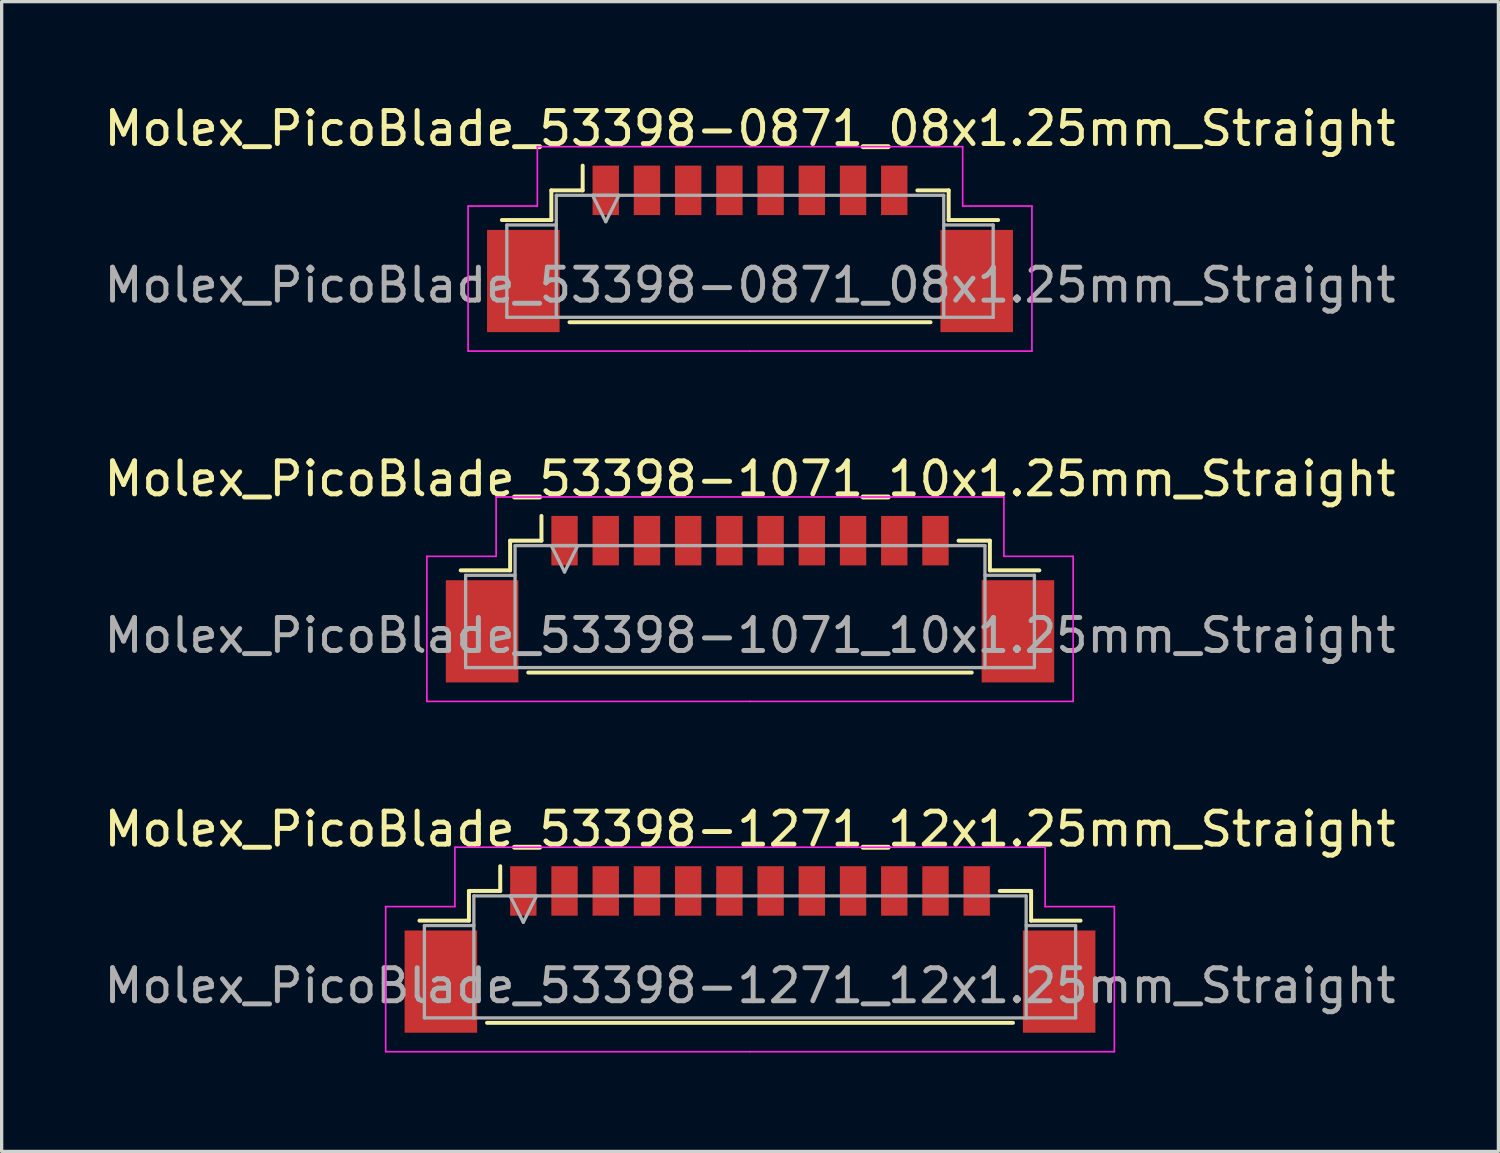
<source format=kicad_pcb>
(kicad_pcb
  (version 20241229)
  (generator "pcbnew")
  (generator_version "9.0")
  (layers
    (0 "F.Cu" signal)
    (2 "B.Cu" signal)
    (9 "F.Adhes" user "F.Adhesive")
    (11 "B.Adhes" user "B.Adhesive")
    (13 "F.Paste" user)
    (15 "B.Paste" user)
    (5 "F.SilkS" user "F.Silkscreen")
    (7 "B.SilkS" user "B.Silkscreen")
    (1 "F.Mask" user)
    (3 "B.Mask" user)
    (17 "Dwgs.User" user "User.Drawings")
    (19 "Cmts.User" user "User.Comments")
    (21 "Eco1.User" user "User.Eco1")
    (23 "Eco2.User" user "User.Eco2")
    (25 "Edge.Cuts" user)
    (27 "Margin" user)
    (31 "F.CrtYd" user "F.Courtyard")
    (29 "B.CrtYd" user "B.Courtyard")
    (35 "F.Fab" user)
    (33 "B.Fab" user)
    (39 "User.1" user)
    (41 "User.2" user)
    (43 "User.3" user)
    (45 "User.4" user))
  (footprint "Molex_PicoBlade_53398-1071_10x1.25mm_Straight"
    (layer "F.Cu")
    (at 19.696 14.722)
    (property "Reference" "Molex_PicoBlade_53398-1071_10x1.25mm_Straight" (at 0 -3.25 0) (layer "F.SilkS") (effects (font (size 1 1) (thickness 0.15))))
    (attr smd)
    (fp_line (start -7.275 -1.375) (end -7.275 -0.475) (stroke (width 0.12) (type solid)) (layer "F.SilkS"))
    (fp_line (start -7.275 -0.475) (end -8.775 -0.475) (stroke (width 0.12) (type solid)) (layer "F.SilkS"))
    (fp_line (start -6.725 2.625) (end 6.725 2.625) (stroke (width 0.12) (type solid)) (layer "F.SilkS"))
    (fp_line (start -6.325 -1.375) (end -7.275 -1.375) (stroke (width 0.12) (type solid)) (layer "F.SilkS"))
    (fp_line (start -6.325 -1.375) (end -6.325 -2.125) (stroke (width 0.12) (type solid)) (layer "F.SilkS"))
    (fp_line (start 6.325 -1.375) (end 7.275 -1.375) (stroke (width 0.12) (type solid)) (layer "F.SilkS"))
    (fp_line (start 7.275 -1.375) (end 7.275 -0.475) (stroke (width 0.12) (type solid)) (layer "F.SilkS"))
    (fp_line (start 7.275 -0.475) (end 8.775 -0.475) (stroke (width 0.12) (type solid)) (layer "F.SilkS"))
    (fp_line (start -9.8 -0.9) (end -9.8 3.5) (stroke (width 0.05) (type solid)) (layer "F.CrtYd"))
    (fp_line (start -9.8 3.5) (end 0 3.5) (stroke (width 0.05) (type solid)) (layer "F.CrtYd"))
    (fp_line (start -7.7 -2.7) (end -7.7 -0.9) (stroke (width 0.05) (type solid)) (layer "F.CrtYd"))
    (fp_line (start -7.7 -0.9) (end -9.8 -0.9) (stroke (width 0.05) (type solid)) (layer "F.CrtYd"))
    (fp_line (start 0 -2.7) (end -7.7 -2.7) (stroke (width 0.05) (type solid)) (layer "F.CrtYd"))
    (fp_line (start 0 -2.7) (end 7.7 -2.7) (stroke (width 0.05) (type solid)) (layer "F.CrtYd"))
    (fp_line (start 7.7 -2.7) (end 7.7 -0.9) (stroke (width 0.05) (type solid)) (layer "F.CrtYd"))
    (fp_line (start 7.7 -0.9) (end 9.8 -0.9) (stroke (width 0.05) (type solid)) (layer "F.CrtYd"))
    (fp_line (start 9.8 -0.9) (end 9.8 3.5) (stroke (width 0.05) (type solid)) (layer "F.CrtYd"))
    (fp_line (start 9.8 3.5) (end 0 3.5) (stroke (width 0.05) (type solid)) (layer "F.CrtYd"))
    (fp_line (start -8.625 -0.325) (end -7.125 -0.325) (stroke (width 0.1) (type solid)) (layer "F.Fab"))
    (fp_line (start -8.625 2.475) (end -8.625 -0.325) (stroke (width 0.1) (type solid)) (layer "F.Fab"))
    (fp_line (start -7.125 -1.225) (end -7.125 2.475) (stroke (width 0.1) (type solid)) (layer "F.Fab"))
    (fp_line (start -7.125 2.475) (end -8.625 2.475) (stroke (width 0.1) (type solid)) (layer "F.Fab"))
    (fp_line (start -7.125 2.475) (end 7.125 2.475) (stroke (width 0.1) (type solid)) (layer "F.Fab"))
    (fp_line (start -6.025 -1.225) (end -5.625 -0.425) (stroke (width 0.1) (type solid)) (layer "F.Fab"))
    (fp_line (start -5.625 -0.425) (end -5.225 -1.225) (stroke (width 0.1) (type solid)) (layer "F.Fab"))
    (fp_line (start -5.225 -1.225) (end -6.025 -1.225) (stroke (width 0.1) (type solid)) (layer "F.Fab"))
    (fp_line (start 7.125 -1.225) (end -7.125 -1.225) (stroke (width 0.1) (type solid)) (layer "F.Fab"))
    (fp_line (start 7.125 2.475) (end 7.125 -1.225) (stroke (width 0.1) (type solid)) (layer "F.Fab"))
    (fp_line (start 7.125 2.475) (end 8.625 2.475) (stroke (width 0.1) (type solid)) (layer "F.Fab"))
    (fp_line (start 8.625 -0.325) (end 7.125 -0.325) (stroke (width 0.1) (type solid)) (layer "F.Fab"))
    (fp_line (start 8.625 2.475) (end 8.625 -0.325) (stroke (width 0.1) (type solid)) (layer "F.Fab"))
    (fp_text user "${REFERENCE}" (at 0 1.5 0) (layer "F.Fab") (effects (font (size 1 1) (thickness 0.15))))
    (pad "" smd rect (at -8.125 1.375) (size 2.2 3.1) (layers "F.Cu" "F.Mask" "F.Paste"))
    (pad "" smd rect (at 8.125 1.375) (size 2.2 3.1) (layers "F.Cu" "F.Mask" "F.Paste"))
    (pad "1" smd rect (at -5.625 -1.375) (size 0.8 1.5) (layers "F.Cu" "F.Mask" "F.Paste"))
    (pad "2" smd rect (at -4.375 -1.375) (size 0.8 1.5) (layers "F.Cu" "F.Mask" "F.Paste"))
    (pad "3" smd rect (at -3.125 -1.375) (size 0.8 1.5) (layers "F.Cu" "F.Mask" "F.Paste"))
    (pad "4" smd rect (at -1.875 -1.375) (size 0.8 1.5) (layers "F.Cu" "F.Mask" "F.Paste"))
    (pad "5" smd rect (at -0.625 -1.375) (size 0.8 1.5) (layers "F.Cu" "F.Mask" "F.Paste"))
    (pad "6" smd rect (at 0.625 -1.375) (size 0.8 1.5) (layers "F.Cu" "F.Mask" "F.Paste"))
    (pad "7" smd rect (at 1.875 -1.375) (size 0.8 1.5) (layers "F.Cu" "F.Mask" "F.Paste"))
    (pad "8" smd rect (at 3.125 -1.375) (size 0.8 1.5) (layers "F.Cu" "F.Mask" "F.Paste"))
    (pad "9" smd rect (at 4.375 -1.375) (size 0.8 1.5) (layers "F.Cu" "F.Mask" "F.Paste"))
    (pad "10" smd rect (at 5.625 -1.375) (size 0.8 1.5) (layers "F.Cu" "F.Mask" "F.Paste")))
  (footprint "Molex_PicoBlade_53398-0871_08x1.25mm_Straight"
    (layer "F.Cu")
    (at 19.696 4.098)
    (property "Reference" "Molex_PicoBlade_53398-0871_08x1.25mm_Straight" (at 0 -3.25 0) (layer "F.SilkS") (effects (font (size 1 1) (thickness 0.15))))
    (attr smd)
    (fp_line (start -6.025 -1.375) (end -6.025 -0.475) (stroke (width 0.12) (type solid)) (layer "F.SilkS"))
    (fp_line (start -6.025 -0.475) (end -7.525 -0.475) (stroke (width 0.12) (type solid)) (layer "F.SilkS"))
    (fp_line (start -5.475 2.625) (end 5.475 2.625) (stroke (width 0.12) (type solid)) (layer "F.SilkS"))
    (fp_line (start -5.075 -1.375) (end -6.025 -1.375) (stroke (width 0.12) (type solid)) (layer "F.SilkS"))
    (fp_line (start -5.075 -1.375) (end -5.075 -2.125) (stroke (width 0.12) (type solid)) (layer "F.SilkS"))
    (fp_line (start 5.075 -1.375) (end 6.025 -1.375) (stroke (width 0.12) (type solid)) (layer "F.SilkS"))
    (fp_line (start 6.025 -1.375) (end 6.025 -0.475) (stroke (width 0.12) (type solid)) (layer "F.SilkS"))
    (fp_line (start 6.025 -0.475) (end 7.525 -0.475) (stroke (width 0.12) (type solid)) (layer "F.SilkS"))
    (fp_line (start -8.55 -0.9) (end -8.55 3.5) (stroke (width 0.05) (type solid)) (layer "F.CrtYd"))
    (fp_line (start -8.55 3.5) (end 0 3.5) (stroke (width 0.05) (type solid)) (layer "F.CrtYd"))
    (fp_line (start -6.45 -2.7) (end -6.45 -0.9) (stroke (width 0.05) (type solid)) (layer "F.CrtYd"))
    (fp_line (start -6.45 -0.9) (end -8.55 -0.9) (stroke (width 0.05) (type solid)) (layer "F.CrtYd"))
    (fp_line (start 0 -2.7) (end -6.45 -2.7) (stroke (width 0.05) (type solid)) (layer "F.CrtYd"))
    (fp_line (start 0 -2.7) (end 6.45 -2.7) (stroke (width 0.05) (type solid)) (layer "F.CrtYd"))
    (fp_line (start 6.45 -2.7) (end 6.45 -0.9) (stroke (width 0.05) (type solid)) (layer "F.CrtYd"))
    (fp_line (start 6.45 -0.9) (end 8.55 -0.9) (stroke (width 0.05) (type solid)) (layer "F.CrtYd"))
    (fp_line (start 8.55 -0.9) (end 8.55 3.5) (stroke (width 0.05) (type solid)) (layer "F.CrtYd"))
    (fp_line (start 8.55 3.5) (end 0 3.5) (stroke (width 0.05) (type solid)) (layer "F.CrtYd"))
    (fp_line (start -7.375 -0.325) (end -5.875 -0.325) (stroke (width 0.1) (type solid)) (layer "F.Fab"))
    (fp_line (start -7.375 2.475) (end -7.375 -0.325) (stroke (width 0.1) (type solid)) (layer "F.Fab"))
    (fp_line (start -5.875 -1.225) (end -5.875 2.475) (stroke (width 0.1) (type solid)) (layer "F.Fab"))
    (fp_line (start -5.875 2.475) (end -7.375 2.475) (stroke (width 0.1) (type solid)) (layer "F.Fab"))
    (fp_line (start -5.875 2.475) (end 5.875 2.475) (stroke (width 0.1) (type solid)) (layer "F.Fab"))
    (fp_line (start -4.775 -1.225) (end -4.375 -0.425) (stroke (width 0.1) (type solid)) (layer "F.Fab"))
    (fp_line (start -4.375 -0.425) (end -3.975 -1.225) (stroke (width 0.1) (type solid)) (layer "F.Fab"))
    (fp_line (start -3.975 -1.225) (end -4.775 -1.225) (stroke (width 0.1) (type solid)) (layer "F.Fab"))
    (fp_line (start 5.875 -1.225) (end -5.875 -1.225) (stroke (width 0.1) (type solid)) (layer "F.Fab"))
    (fp_line (start 5.875 2.475) (end 5.875 -1.225) (stroke (width 0.1) (type solid)) (layer "F.Fab"))
    (fp_line (start 5.875 2.475) (end 7.375 2.475) (stroke (width 0.1) (type solid)) (layer "F.Fab"))
    (fp_line (start 7.375 -0.325) (end 5.875 -0.325) (stroke (width 0.1) (type solid)) (layer "F.Fab"))
    (fp_line (start 7.375 2.475) (end 7.375 -0.325) (stroke (width 0.1) (type solid)) (layer "F.Fab"))
    (fp_text user "${REFERENCE}" (at 0 1.5 0) (layer "F.Fab") (effects (font (size 1 1) (thickness 0.15))))
    (pad "" smd rect (at -6.875 1.375) (size 2.2 3.1) (layers "F.Cu" "F.Mask" "F.Paste"))
    (pad "" smd rect (at 6.875 1.375) (size 2.2 3.1) (layers "F.Cu" "F.Mask" "F.Paste"))
    (pad "1" smd rect (at -4.375 -1.375) (size 0.8 1.5) (layers "F.Cu" "F.Mask" "F.Paste"))
    (pad "2" smd rect (at -3.125 -1.375) (size 0.8 1.5) (layers "F.Cu" "F.Mask" "F.Paste"))
    (pad "3" smd rect (at -1.875 -1.375) (size 0.8 1.5) (layers "F.Cu" "F.Mask" "F.Paste"))
    (pad "4" smd rect (at -0.625 -1.375) (size 0.8 1.5) (layers "F.Cu" "F.Mask" "F.Paste"))
    (pad "5" smd rect (at 0.625 -1.375) (size 0.8 1.5) (layers "F.Cu" "F.Mask" "F.Paste"))
    (pad "6" smd rect (at 1.875 -1.375) (size 0.8 1.5) (layers "F.Cu" "F.Mask" "F.Paste"))
    (pad "7" smd rect (at 3.125 -1.375) (size 0.8 1.5) (layers "F.Cu" "F.Mask" "F.Paste"))
    (pad "8" smd rect (at 4.375 -1.375) (size 0.8 1.5) (layers "F.Cu" "F.Mask" "F.Paste")))
  (footprint "Molex_PicoBlade_53398-1271_12x1.25mm_Straight"
    (layer "F.Cu")
    (at 19.696 25.345)
    (property "Reference" "Molex_PicoBlade_53398-1271_12x1.25mm_Straight" (at 0 -3.25 0) (layer "F.SilkS") (effects (font (size 1 1) (thickness 0.15))))
    (attr smd)
    (fp_line (start -8.525 -1.375) (end -8.525 -0.475) (stroke (width 0.12) (type solid)) (layer "F.SilkS"))
    (fp_line (start -8.525 -0.475) (end -10.025 -0.475) (stroke (width 0.12) (type solid)) (layer "F.SilkS"))
    (fp_line (start -7.975 2.625) (end 7.975 2.625) (stroke (width 0.12) (type solid)) (layer "F.SilkS"))
    (fp_line (start -7.575 -1.375) (end -8.525 -1.375) (stroke (width 0.12) (type solid)) (layer "F.SilkS"))
    (fp_line (start -7.575 -1.375) (end -7.575 -2.125) (stroke (width 0.12) (type solid)) (layer "F.SilkS"))
    (fp_line (start 7.575 -1.375) (end 8.525 -1.375) (stroke (width 0.12) (type solid)) (layer "F.SilkS"))
    (fp_line (start 8.525 -1.375) (end 8.525 -0.475) (stroke (width 0.12) (type solid)) (layer "F.SilkS"))
    (fp_line (start 8.525 -0.475) (end 10.025 -0.475) (stroke (width 0.12) (type solid)) (layer "F.SilkS"))
    (fp_line (start -11.05 -0.9) (end -11.05 3.5) (stroke (width 0.05) (type solid)) (layer "F.CrtYd"))
    (fp_line (start -11.05 3.5) (end 0 3.5) (stroke (width 0.05) (type solid)) (layer "F.CrtYd"))
    (fp_line (start -8.95 -2.7) (end -8.95 -0.9) (stroke (width 0.05) (type solid)) (layer "F.CrtYd"))
    (fp_line (start -8.95 -0.9) (end -11.05 -0.9) (stroke (width 0.05) (type solid)) (layer "F.CrtYd"))
    (fp_line (start 0 -2.7) (end -8.95 -2.7) (stroke (width 0.05) (type solid)) (layer "F.CrtYd"))
    (fp_line (start 0 -2.7) (end 8.95 -2.7) (stroke (width 0.05) (type solid)) (layer "F.CrtYd"))
    (fp_line (start 8.95 -2.7) (end 8.95 -0.9) (stroke (width 0.05) (type solid)) (layer "F.CrtYd"))
    (fp_line (start 8.95 -0.9) (end 11.05 -0.9) (stroke (width 0.05) (type solid)) (layer "F.CrtYd"))
    (fp_line (start 11.05 -0.9) (end 11.05 3.5) (stroke (width 0.05) (type solid)) (layer "F.CrtYd"))
    (fp_line (start 11.05 3.5) (end 0 3.5) (stroke (width 0.05) (type solid)) (layer "F.CrtYd"))
    (fp_line (start -9.875 -0.325) (end -8.375 -0.325) (stroke (width 0.1) (type solid)) (layer "F.Fab"))
    (fp_line (start -9.875 2.475) (end -9.875 -0.325) (stroke (width 0.1) (type solid)) (layer "F.Fab"))
    (fp_line (start -8.375 -1.225) (end -8.375 2.475) (stroke (width 0.1) (type solid)) (layer "F.Fab"))
    (fp_line (start -8.375 2.475) (end -9.875 2.475) (stroke (width 0.1) (type solid)) (layer "F.Fab"))
    (fp_line (start -8.375 2.475) (end 8.375 2.475) (stroke (width 0.1) (type solid)) (layer "F.Fab"))
    (fp_line (start -7.275 -1.225) (end -6.875 -0.425) (stroke (width 0.1) (type solid)) (layer "F.Fab"))
    (fp_line (start -6.875 -0.425) (end -6.475 -1.225) (stroke (width 0.1) (type solid)) (layer "F.Fab"))
    (fp_line (start -6.475 -1.225) (end -7.275 -1.225) (stroke (width 0.1) (type solid)) (layer "F.Fab"))
    (fp_line (start 8.375 -1.225) (end -8.375 -1.225) (stroke (width 0.1) (type solid)) (layer "F.Fab"))
    (fp_line (start 8.375 2.475) (end 8.375 -1.225) (stroke (width 0.1) (type solid)) (layer "F.Fab"))
    (fp_line (start 8.375 2.475) (end 9.875 2.475) (stroke (width 0.1) (type solid)) (layer "F.Fab"))
    (fp_line (start 9.875 -0.325) (end 8.375 -0.325) (stroke (width 0.1) (type solid)) (layer "F.Fab"))
    (fp_line (start 9.875 2.475) (end 9.875 -0.325) (stroke (width 0.1) (type solid)) (layer "F.Fab"))
    (fp_text user "${REFERENCE}" (at 0 1.5 0) (layer "F.Fab") (effects (font (size 1 1) (thickness 0.15))))
    (pad "" smd rect (at -9.375 1.375) (size 2.2 3.1) (layers "F.Cu" "F.Mask" "F.Paste"))
    (pad "" smd rect (at 9.375 1.375) (size 2.2 3.1) (layers "F.Cu" "F.Mask" "F.Paste"))
    (pad "1" smd rect (at -6.875 -1.375) (size 0.8 1.5) (layers "F.Cu" "F.Mask" "F.Paste"))
    (pad "2" smd rect (at -5.625 -1.375) (size 0.8 1.5) (layers "F.Cu" "F.Mask" "F.Paste"))
    (pad "3" smd rect (at -4.375 -1.375) (size 0.8 1.5) (layers "F.Cu" "F.Mask" "F.Paste"))
    (pad "4" smd rect (at -3.125 -1.375) (size 0.8 1.5) (layers "F.Cu" "F.Mask" "F.Paste"))
    (pad "5" smd rect (at -1.875 -1.375) (size 0.8 1.5) (layers "F.Cu" "F.Mask" "F.Paste"))
    (pad "6" smd rect (at -0.625 -1.375) (size 0.8 1.5) (layers "F.Cu" "F.Mask" "F.Paste"))
    (pad "7" smd rect (at 0.625 -1.375) (size 0.8 1.5) (layers "F.Cu" "F.Mask" "F.Paste"))
    (pad "8" smd rect (at 1.875 -1.375) (size 0.8 1.5) (layers "F.Cu" "F.Mask" "F.Paste"))
    (pad "9" smd rect (at 3.125 -1.375) (size 0.8 1.5) (layers "F.Cu" "F.Mask" "F.Paste"))
    (pad "10" smd rect (at 4.375 -1.375) (size 0.8 1.5) (layers "F.Cu" "F.Mask" "F.Paste"))
    (pad "11" smd rect (at 5.625 -1.375) (size 0.8 1.5) (layers "F.Cu" "F.Mask" "F.Paste"))
    (pad "12" smd rect (at 6.875 -1.375) (size 0.8 1.5) (layers "F.Cu" "F.Mask" "F.Paste")))
  (gr_rect
    (start -3 -3)
    (end 42.393 31.87)
    (stroke (width 0.1) (type default))
    (fill no)
    (layer "Edge.Cuts")))
</source>
